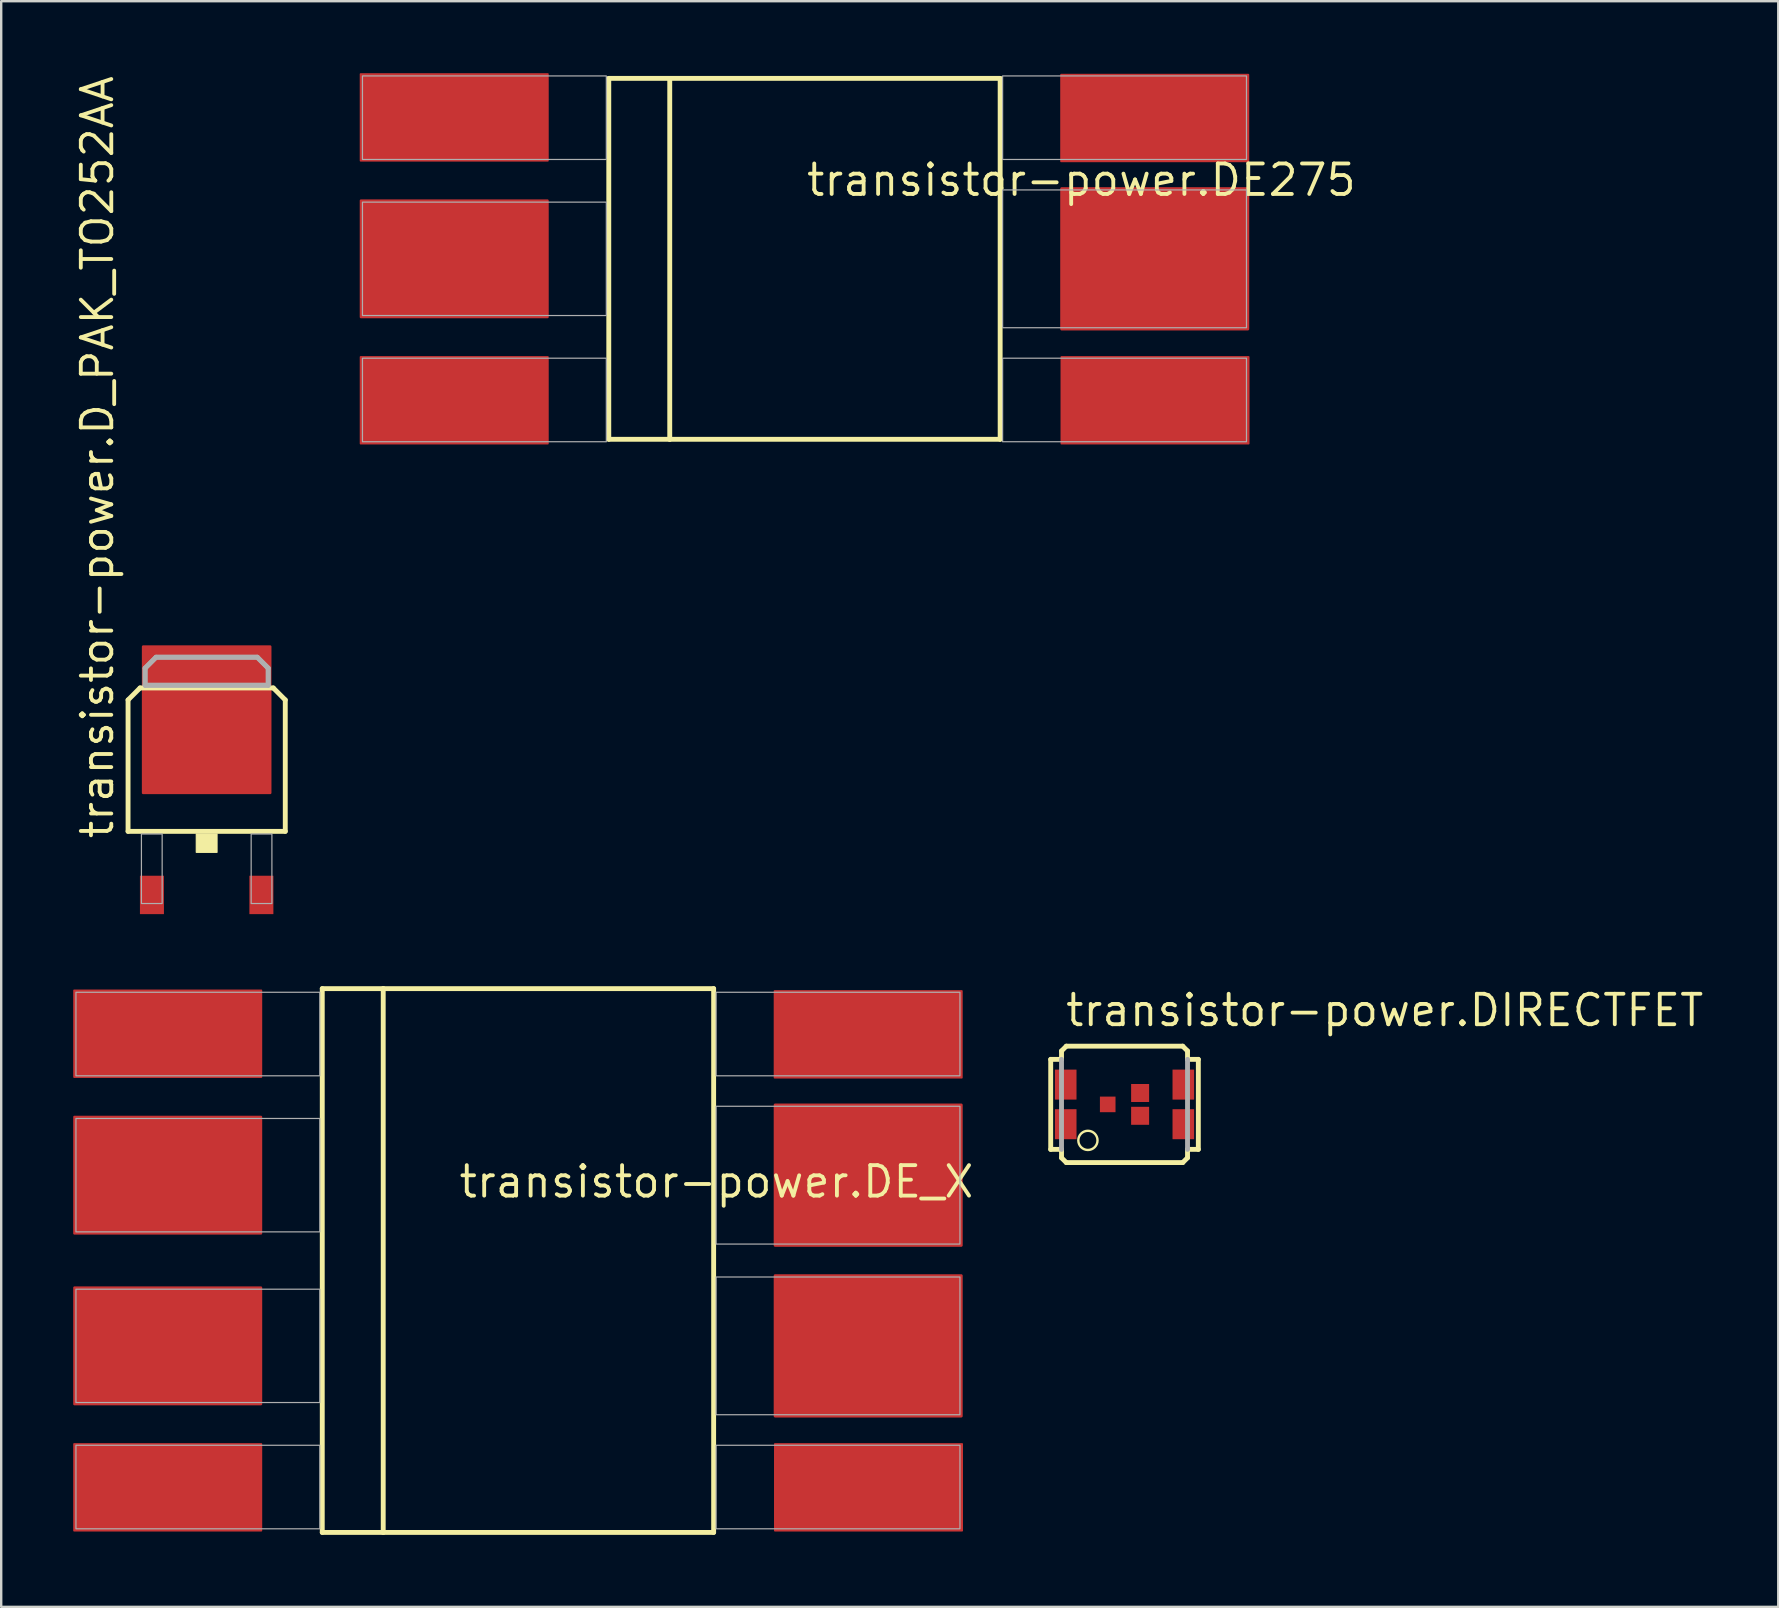
<source format=kicad_pcb>
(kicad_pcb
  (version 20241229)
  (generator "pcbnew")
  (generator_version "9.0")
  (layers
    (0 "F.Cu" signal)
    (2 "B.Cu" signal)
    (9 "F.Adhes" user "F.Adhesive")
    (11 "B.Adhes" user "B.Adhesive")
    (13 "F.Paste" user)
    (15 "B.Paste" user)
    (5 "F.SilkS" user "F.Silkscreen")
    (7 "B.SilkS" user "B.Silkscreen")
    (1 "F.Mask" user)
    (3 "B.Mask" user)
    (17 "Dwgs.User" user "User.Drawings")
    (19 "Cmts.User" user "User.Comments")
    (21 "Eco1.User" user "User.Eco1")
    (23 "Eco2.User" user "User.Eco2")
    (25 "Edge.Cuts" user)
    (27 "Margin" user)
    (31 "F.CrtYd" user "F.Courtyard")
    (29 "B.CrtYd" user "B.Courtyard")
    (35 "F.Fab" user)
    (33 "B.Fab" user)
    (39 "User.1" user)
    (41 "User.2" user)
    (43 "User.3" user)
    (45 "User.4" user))
  (footprint "transistor-power.DE275"
    (layer "F.Cu")
    (at 30.466 7.734)
    (property "Reference" "transistor-power.DE275" (at 0 -2.54 0) (layer "F.SilkS") (effects (font (size 1.27 1.27) (thickness 0.16)) (justify left bottom)))
    (attr smd)
    (fp_line (start -8.153 -7.518) (end -5.613 -7.518) (stroke (width 0.203) (type default)) (layer "F.SilkS"))
    (fp_line (start -8.153 7.518) (end -8.153 -7.518) (stroke (width 0.203) (type default)) (layer "F.SilkS"))
    (fp_line (start -5.613 -7.518) (end 8.153 -7.518) (stroke (width 0.203) (type default)) (layer "F.SilkS"))
    (fp_line (start -5.613 7.518) (end -8.153 7.518) (stroke (width 0.203) (type default)) (layer "F.SilkS"))
    (fp_line (start -5.613 7.518) (end -5.613 -7.518) (stroke (width 0.203) (type default)) (layer "F.SilkS"))
    (fp_line (start 8.153 -7.518) (end 8.153 7.518) (stroke (width 0.203) (type default)) (layer "F.SilkS"))
    (fp_line (start 8.153 7.518) (end -5.613 7.518) (stroke (width 0.203) (type default)) (layer "F.SilkS"))
    (fp_rect (start -18.415 -4.14) (end -8.255 -7.62) (stroke (width 0.05) (type default)) (fill no) (layer "F.Fab"))
    (fp_rect (start -18.415 2.362) (end -8.255 -2.362) (stroke (width 0.05) (type default)) (fill no) (layer "F.Fab"))
    (fp_rect (start -18.415 7.62) (end -8.255 4.14) (stroke (width 0.05) (type default)) (fill no) (layer "F.Fab"))
    (fp_rect (start 8.255 -4.14) (end 18.415 -7.62) (stroke (width 0.05) (type default)) (fill no) (layer "F.Fab"))
    (fp_rect (start 8.255 2.87) (end 18.415 -2.87) (stroke (width 0.05) (type default)) (fill no) (layer "F.Fab"))
    (fp_rect (start 8.255 7.62) (end 18.415 4.14) (stroke (width 0.05) (type default)) (fill no) (layer "F.Fab"))
    (pad "D" smd roundrect (at 14.592 0) (size 7.874 5.969) (layers "F.Cu" "F.Mask" "F.Paste") (roundrect_rratio 0.01))
    (pad "G" smd roundrect (at -14.592 0) (size 7.874 4.953) (layers "F.Cu" "F.Mask" "F.Paste") (roundrect_rratio 0.01))
    (pad "SD1" smd roundrect (at 14.605 5.893) (size 7.874 3.683) (layers "F.Cu" "F.Mask" "F.Paste") (roundrect_rratio 0.01))
    (pad "SD2" smd roundrect (at 14.592 -5.867) (size 7.874 3.683) (layers "F.Cu" "F.Mask" "F.Paste") (roundrect_rratio 0.01))
    (pad "SG1" smd roundrect (at -14.592 5.893) (size 7.874 3.683) (layers "F.Cu" "F.Mask" "F.Paste") (roundrect_rratio 0.01))
    (pad "SG2" smd roundrect (at -14.592 -5.893) (size 7.874 3.683) (layers "F.Cu" "F.Mask" "F.Paste") (roundrect_rratio 0.01)))
  (footprint "transistor-power.D_PAK_TO252AA"
    (layer "F.Cu")
    (at 5.56 29.436)
    (property "Reference" "transistor-power.D_PAK_TO252AA" (at -3.81 2.54 90) (layer "F.SilkS") (effects (font (size 1.27 1.27) (thickness 0.16)) (justify left bottom)))
    (attr smd)
    (fp_line (start -3.275 -3.325) (end -2.775 -3.825) (stroke (width 0.203) (type default)) (layer "F.SilkS"))
    (fp_line (start -3.275 2.15) (end -3.275 -3.325) (stroke (width 0.203) (type default)) (layer "F.SilkS"))
    (fp_line (start -2.775 -3.825) (end 2.775 -3.825) (stroke (width 0.203) (type default)) (layer "F.SilkS"))
    (fp_line (start 2.775 -3.825) (end 3.275 -3.325) (stroke (width 0.203) (type default)) (layer "F.SilkS"))
    (fp_line (start 3.275 -3.325) (end 3.275 2.15) (stroke (width 0.203) (type default)) (layer "F.SilkS"))
    (fp_line (start 3.275 2.15) (end -3.275 2.15) (stroke (width 0.203) (type default)) (layer "F.SilkS"))
    (fp_rect (start -0.432 3.023) (end 0.432 2.261) (stroke (width 0.05) (type default)) (fill yes) (layer "F.SilkS"))
    (fp_line (start -2.565 -4.648) (end -2.108 -5.105) (stroke (width 0.203) (type default)) (layer "F.Fab"))
    (fp_line (start -2.565 -3.937) (end -2.565 -4.648) (stroke (width 0.203) (type default)) (layer "F.Fab"))
    (fp_line (start -2.108 -5.105) (end 2.108 -5.105) (stroke (width 0.203) (type default)) (layer "F.Fab"))
    (fp_line (start 2.108 -5.105) (end 2.565 -4.648) (stroke (width 0.203) (type default)) (layer "F.Fab"))
    (fp_line (start 2.565 -4.648) (end 2.565 -3.937) (stroke (width 0.203) (type default)) (layer "F.Fab"))
    (fp_line (start 2.565 -3.937) (end -2.565 -3.937) (stroke (width 0.203) (type default)) (layer "F.Fab"))
    (fp_rect (start -2.718 5.156) (end -1.854 2.261) (stroke (width 0.05) (type default)) (fill no) (layer "F.Fab"))
    (fp_rect (start 1.854 5.156) (end 2.718 2.261) (stroke (width 0.05) (type default)) (fill no) (layer "F.Fab"))
    (fp_poly (pts (xy -2.565 -3.937) (xy -2.565 -4.648) (xy -2.108 -5.105) (xy 2.108 -5.105) (xy 2.565 -4.648) (xy 2.565 -3.937)) (stroke (width 0.2) (type default)) (fill no) (layer "F.Fab"))
    (pad "1" smd roundrect (at -2.28 4.8) (size 1 1.6) (layers "F.Cu" "F.Mask" "F.Paste") (roundrect_rratio 0.01))
    (pad "3" smd roundrect (at 2.28 4.8) (size 1 1.6) (layers "F.Cu" "F.Mask" "F.Paste") (roundrect_rratio 0.01))
    (pad "4" smd roundrect (at 0 -2.5) (size 5.4 6.2) (layers "F.Cu" "F.Mask" "F.Paste") (roundrect_rratio 0.01)))
  (footprint "transistor-power.DE_X"
    (layer "F.Cu")
    (at 18.529 49.466)
    (property "Reference" "transistor-power.DE_X" (at -2.54 -2.54 0) (layer "F.SilkS") (effects (font (size 1.27 1.27) (thickness 0.16)) (justify left bottom)))
    (attr smd)
    (fp_line (start -8.153 -11.328) (end -5.613 -11.328) (stroke (width 0.203) (type default)) (layer "F.SilkS"))
    (fp_line (start -8.153 11.328) (end -8.153 -11.328) (stroke (width 0.203) (type default)) (layer "F.SilkS"))
    (fp_line (start -5.613 -11.328) (end 8.153 -11.328) (stroke (width 0.203) (type default)) (layer "F.SilkS"))
    (fp_line (start -5.613 11.328) (end -8.153 11.328) (stroke (width 0.203) (type default)) (layer "F.SilkS"))
    (fp_line (start -5.613 11.328) (end -5.613 -11.328) (stroke (width 0.203) (type default)) (layer "F.SilkS"))
    (fp_line (start 8.153 -11.328) (end 8.153 11.328) (stroke (width 0.203) (type default)) (layer "F.SilkS"))
    (fp_line (start 8.153 11.328) (end -5.613 11.328) (stroke (width 0.203) (type default)) (layer "F.SilkS"))
    (fp_rect (start -18.415 -7.696) (end -8.255 -11.176) (stroke (width 0.05) (type default)) (fill no) (layer "F.Fab"))
    (fp_rect (start -18.415 -1.194) (end -8.255 -5.918) (stroke (width 0.05) (type default)) (fill no) (layer "F.Fab"))
    (fp_rect (start -18.415 5.918) (end -8.255 1.194) (stroke (width 0.05) (type default)) (fill no) (layer "F.Fab"))
    (fp_rect (start -18.415 11.176) (end -8.255 7.696) (stroke (width 0.05) (type default)) (fill no) (layer "F.Fab"))
    (fp_rect (start 8.255 -7.696) (end 18.415 -11.176) (stroke (width 0.05) (type default)) (fill no) (layer "F.Fab"))
    (fp_rect (start 8.255 -0.686) (end 18.415 -6.426) (stroke (width 0.05) (type default)) (fill no) (layer "F.Fab"))
    (fp_rect (start 8.255 6.426) (end 18.415 0.686) (stroke (width 0.05) (type default)) (fill no) (layer "F.Fab"))
    (fp_rect (start 8.255 11.176) (end 18.415 7.696) (stroke (width 0.05) (type default)) (fill no) (layer "F.Fab"))
    (pad "D1" smd roundrect (at 14.592 -3.556) (size 7.874 5.969) (layers "F.Cu" "F.Mask" "F.Paste") (roundrect_rratio 0.01))
    (pad "D2" smd roundrect (at 14.592 3.556) (size 7.874 5.969) (layers "F.Cu" "F.Mask" "F.Paste") (roundrect_rratio 0.01))
    (pad "G1" smd roundrect (at -14.592 -3.556) (size 7.874 4.953) (layers "F.Cu" "F.Mask" "F.Paste") (roundrect_rratio 0.01))
    (pad "G2" smd roundrect (at -14.592 3.556) (size 7.874 4.953) (layers "F.Cu" "F.Mask" "F.Paste") (roundrect_rratio 0.01))
    (pad "SD1" smd roundrect (at 14.592 -9.423) (size 7.874 3.683) (layers "F.Cu" "F.Mask" "F.Paste") (roundrect_rratio 0.01))
    (pad "SD2" smd roundrect (at 14.605 9.449) (size 7.874 3.683) (layers "F.Cu" "F.Mask" "F.Paste") (roundrect_rratio 0.01))
    (pad "SG1" smd roundrect (at -14.592 -9.449) (size 7.874 3.683) (layers "F.Cu" "F.Mask" "F.Paste") (roundrect_rratio 0.01))
    (pad "SG2" smd roundrect (at -14.592 9.449) (size 7.874 3.683) (layers "F.Cu" "F.Mask" "F.Paste") (roundrect_rratio 0.01)))
  (footprint "transistor-power.DIRECTFET"
    (layer "F.Cu")
    (at 43.8 42.961)
    (property "Reference" "transistor-power.DIRECTFET" (at -2.54 -3.175 0) (layer "F.SilkS") (effects (font (size 1.27 1.27) (thickness 0.16)) (justify left bottom)))
    (attr smd)
    (fp_line (start -3.075 -1.875) (end -2.625 -1.875) (stroke (width 0.203) (type default)) (layer "F.SilkS"))
    (fp_line (start -3.075 1.875) (end -3.075 -1.875) (stroke (width 0.203) (type default)) (layer "F.SilkS"))
    (fp_line (start -2.625 -2.225) (end -2.425 -2.425) (stroke (width 0.203) (type default)) (layer "F.SilkS"))
    (fp_line (start -2.625 -1.875) (end -2.625 -2.225) (stroke (width 0.203) (type default)) (layer "F.SilkS"))
    (fp_line (start -2.625 1.875) (end -3.075 1.875) (stroke (width 0.203) (type default)) (layer "F.SilkS"))
    (fp_line (start -2.625 2.225) (end -2.625 1.875) (stroke (width 0.203) (type default)) (layer "F.SilkS"))
    (fp_line (start -2.425 -2.425) (end 2.425 -2.425) (stroke (width 0.203) (type default)) (layer "F.SilkS"))
    (fp_line (start -2.425 2.425) (end -2.625 2.225) (stroke (width 0.203) (type default)) (layer "F.SilkS"))
    (fp_line (start 2.425 -2.425) (end 2.625 -2.225) (stroke (width 0.203) (type default)) (layer "F.SilkS"))
    (fp_line (start 2.425 2.425) (end -2.425 2.425) (stroke (width 0.203) (type default)) (layer "F.SilkS"))
    (fp_line (start 2.625 -2.225) (end 2.625 -1.875) (stroke (width 0.203) (type default)) (layer "F.SilkS"))
    (fp_line (start 2.625 -1.875) (end 3.075 -1.875) (stroke (width 0.203) (type default)) (layer "F.SilkS"))
    (fp_line (start 2.625 1.875) (end 2.625 2.225) (stroke (width 0.203) (type default)) (layer "F.SilkS"))
    (fp_line (start 2.625 2.225) (end 2.425 2.425) (stroke (width 0.203) (type default)) (layer "F.SilkS"))
    (fp_line (start 3.075 -1.875) (end 3.075 1.875) (stroke (width 0.203) (type default)) (layer "F.SilkS"))
    (fp_line (start 3.075 1.875) (end 2.625 1.875) (stroke (width 0.203) (type default)) (layer "F.SilkS"))
    (fp_circle (center -1.525 1.5) (end -1.125 1.5) (stroke (width 0.1) (type default)) (fill no) (layer "F.SilkS"))
    (fp_line (start -2.625 1.875) (end -2.625 -1.875) (stroke (width 0.203) (type default)) (layer "F.Fab"))
    (fp_line (start 2.625 1.875) (end 2.625 -1.875) (stroke (width 0.203) (type default)) (layer "F.Fab"))
    (pad "D@1" smd roundrect (at -2.45 -0.825) (size 0.9 1.25) (layers "F.Cu" "F.Mask" "F.Paste") (roundrect_rratio 0.01))
    (pad "D@2" smd roundrect (at -2.45 0.825) (size 0.9 1.25) (layers "F.Cu" "F.Mask" "F.Paste") (roundrect_rratio 0.01))
    (pad "D@3" smd roundrect (at 2.45 -0.825) (size 0.9 1.25) (layers "F.Cu" "F.Mask" "F.Paste") (roundrect_rratio 0.01))
    (pad "D@4" smd roundrect (at 2.45 0.825) (size 0.9 1.25) (layers "F.Cu" "F.Mask" "F.Paste") (roundrect_rratio 0.01))
    (pad "G" smd roundrect (at -0.7 0) (size 0.65 0.65) (layers "F.Cu" "F.Mask" "F.Paste") (roundrect_rratio 0.01))
    (pad "S@1" smd roundrect (at 0.65 -0.475) (size 0.75 0.75) (layers "F.Cu" "F.Mask" "F.Paste") (roundrect_rratio 0.01))
    (pad "S@2" smd roundrect (at 0.65 0.475) (size 0.75 0.75) (layers "F.Cu" "F.Mask" "F.Paste") (roundrect_rratio 0.01)))
  (gr_rect
    (start -3 -3)
    (end 71.036 63.896)
    (stroke (width 0.1) (type default))
    (fill no)
    (layer "Edge.Cuts")))
</source>
